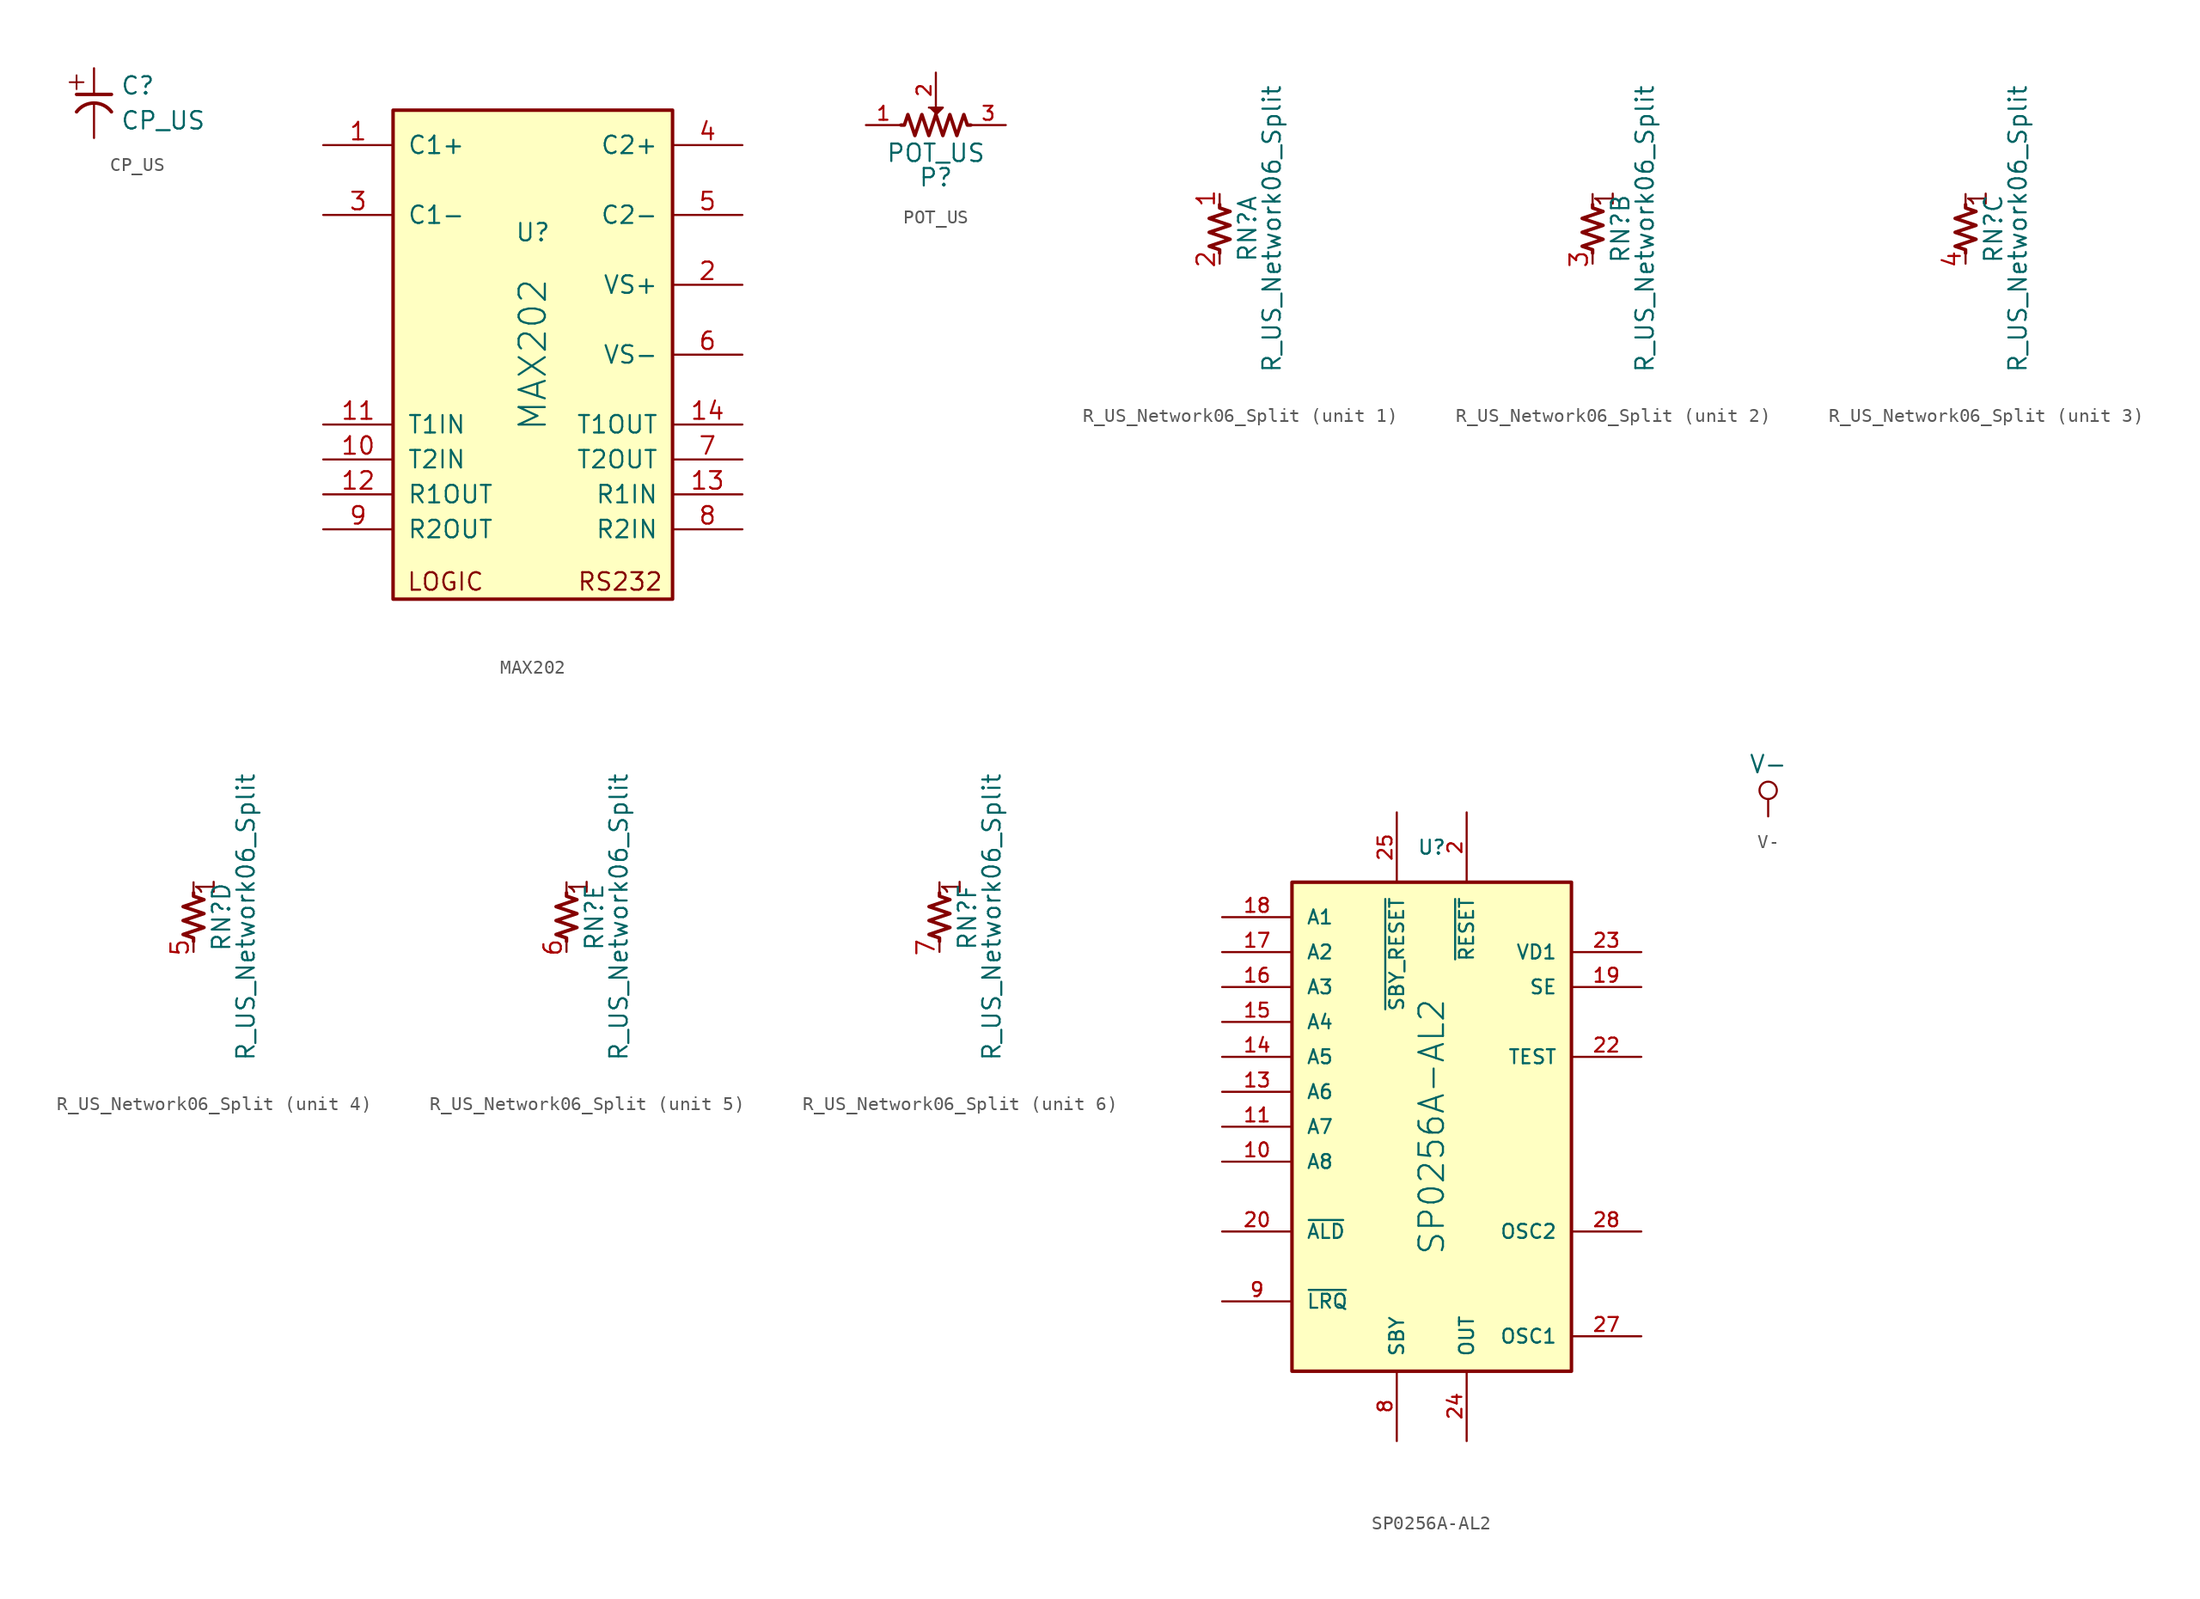
<source format=kicad_sym>
(kicad_symbol_lib
  (version 20211014)
  (generator kicad_symbol_editor)
  (symbol "CP_US"
    (pin_numbers hide)
    (pin_names
      (offset 0.254) hide)
    (property "Reference" "C"
      (at 1.905 1.27 0)
      (effects (font (size 1.27 1.27)) (justify left)))
    (property "Value" "CP_US"
      (at 1.905 -1.27 0)
      (effects (font (size 1.27 1.27)) (justify left)))
    (symbol "CP_US_0_1"
      (polyline (pts (xy -1.778 1.524) (xy -0.762 1.524)) (stroke (width 0.127) (type default) (color 0 0 0 0)) (fill (type none)))
      (polyline (pts (xy -1.27 0.635) (xy 1.27 0.635)) (stroke (width 0.254) (type default) (color 0 0 0 0)) (fill (type none)))
      (polyline (pts (xy -1.27 1.016) (xy -1.27 2.032)) (stroke (width 0.127) (type default) (color 0 0 0 0)) (fill (type none)))
      (arc (start 1.27 -0.635) (mid 0 0.0051) (end -1.27 -0.635) (stroke (width 0.254) (type default) (color 0 0 0 0)) (fill (type none))))
    (symbol "CP_US_1_1"
      (pin passive line (at 0 2.54 270) (length 1.905) (name "~" (effects (font (size 1.016 1.016)))) (number "1" (effects (font (size 1.016 1.016)))))
      (pin passive line (at 0 -2.54 90) (length 2.54) (name "~" (effects (font (size 1.016 1.016)))) (number "2" (effects (font (size 1.016 1.016)))))))
  (symbol "MAX202"
    (pin_names
      (offset 1.016))
    (property "Reference" "U"
      (at 0 8.89 0)
      (effects (font (size 1.27 1.27))))
    (property "Value" "MAX202"
      (at 0 0 90)
      (effects (font (size 1.905 1.905))))
    (property "Footprint" ""
      (at 0 0 0)
      (effects (font (size 1.27 1.27))))
    (property "Datasheet" ""
      (at 0 0 0)
      (effects (font (size 1.27 1.27))))
    (symbol "MAX202_0_0"
      (text "LOGIC" (at -6.35 -16.51 0) (effects (font (size 1.27 1.27))))
      (text "RS232" (at 6.35 -16.51 0) (effects (font (size 1.27 1.27)))))
    (symbol "MAX202_0_1"
      (rectangle (start -10.16 -17.78) (end 10.16 17.78) (stroke (width 0.254) (type default) (color 0 0 0 0)) (fill (type background))))
    (symbol "MAX202_1_1"
      (pin passive line (at -15.24 15.24 0) (length 5.08) (name "C1+" (effects (font (size 1.27 1.27)))) (number "1" (effects (font (size 1.27 1.27)))))
      (pin input line (at -15.24 -7.62 0) (length 5.08) (name "T2IN" (effects (font (size 1.27 1.27)))) (number "10" (effects (font (size 1.27 1.27)))))
      (pin input line (at -15.24 -5.08 0) (length 5.08) (name "T1IN" (effects (font (size 1.27 1.27)))) (number "11" (effects (font (size 1.27 1.27)))))
      (pin output line (at -15.24 -10.16 0) (length 5.08) (name "R1OUT" (effects (font (size 1.27 1.27)))) (number "12" (effects (font (size 1.27 1.27)))))
      (pin input line (at 15.24 -10.16 180) (length 5.08) (name "R1IN" (effects (font (size 1.27 1.27)))) (number "13" (effects (font (size 1.27 1.27)))))
      (pin output line (at 15.24 -5.08 180) (length 5.08) (name "T1OUT" (effects (font (size 1.27 1.27)))) (number "14" (effects (font (size 1.27 1.27)))))
      (pin power_in line (at 0 -17.78 90) (length 0) hide (name "GND" (effects (font (size 1.27 1.27)))) (number "15" (effects (font (size 1.27 1.27)))))
      (pin power_in line (at 0 17.78 270) (length 0) hide (name "VCC" (effects (font (size 1.27 1.27)))) (number "16" (effects (font (size 1.27 1.27)))))
      (pin power_out line (at 15.24 5.08 180) (length 5.08) (name "VS+" (effects (font (size 1.27 1.27)))) (number "2" (effects (font (size 1.27 1.27)))))
      (pin passive line (at -15.24 10.16 0) (length 5.08) (name "C1-" (effects (font (size 1.27 1.27)))) (number "3" (effects (font (size 1.27 1.27)))))
      (pin passive line (at 15.24 15.24 180) (length 5.08) (name "C2+" (effects (font (size 1.27 1.27)))) (number "4" (effects (font (size 1.27 1.27)))))
      (pin passive line (at 15.24 10.16 180) (length 5.08) (name "C2-" (effects (font (size 1.27 1.27)))) (number "5" (effects (font (size 1.27 1.27)))))
      (pin power_out line (at 15.24 0 180) (length 5.08) (name "VS-" (effects (font (size 1.27 1.27)))) (number "6" (effects (font (size 1.27 1.27)))))
      (pin output line (at 15.24 -7.62 180) (length 5.08) (name "T2OUT" (effects (font (size 1.27 1.27)))) (number "7" (effects (font (size 1.27 1.27)))))
      (pin input line (at 15.24 -12.7 180) (length 5.08) (name "R2IN" (effects (font (size 1.27 1.27)))) (number "8" (effects (font (size 1.27 1.27)))))
      (pin output line (at -15.24 -12.7 0) (length 5.08) (name "R2OUT" (effects (font (size 1.27 1.27)))) (number "9" (effects (font (size 1.27 1.27)))))))
  (symbol "POT_US"
    (pin_names
      (offset 0))
    (property "Reference" "P"
      (at 0 -3.81 0)
      (effects (font (size 1.27 1.27))))
    (property "Value" "POT_US"
      (at 0 -2.032 0)
      (effects (font (size 1.27 1.27))))
    (symbol "POT_US_0_0"
      (polyline (pts (xy -0.508 1.27) (xy 0.508 1.27) (xy 0 0.762)) (stroke (width 0) (type default) (color 0 0 0 0)) (fill (type outline)))
      (polyline (pts (xy 0 0.762) (xy -0.508 -0.762) (xy -1.016 0.762) (xy -1.524 -0.762) (xy -2.032 0.762) (xy -2.286 0) (xy -2.54 0) (xy -2.54 0)) (stroke (width 0.254) (type default) (color 0 0 0 0)) (fill (type none)))
      (polyline (pts (xy 0 0.762) (xy 0.508 -0.762) (xy 1.016 0.762) (xy 1.524 -0.762) (xy 2.032 0.762) (xy 2.286 0) (xy 2.54 0) (xy 2.54 0)) (stroke (width 0.254) (type default) (color 0 0 0 0)) (fill (type none))))
    (symbol "POT_US_1_1"
      (pin passive line (at -5.08 0 0) (length 2.54) (name "~" (effects (font (size 1.016 1.016)))) (number "1" (effects (font (size 1.016 1.016)))))
      (pin passive line (at 0 3.81 270) (length 2.54) (name "~" (effects (font (size 1.016 1.016)))) (number "2" (effects (font (size 1.016 1.016)))))
      (pin passive line (at 5.08 0 180) (length 2.54) (name "~" (effects (font (size 1.016 1.016)))) (number "3" (effects (font (size 1.016 1.016)))))))
  (symbol "R_US_Network06_Split"
    (pin_names
      (offset 0) hide)
    (property "Reference" "RN"
      (at 2.032 0 90)
      (effects (font (size 1.27 1.27))))
    (property "Value" "R_US_Network06_Split"
      (at 3.81 0 90)
      (effects (font (size 1.27 1.27))))
    (symbol "R_US_Network06_Split_0_1"
      (polyline (pts (xy 0 -1.778) (xy 0 -1.524) (xy -0.762 -1.27) (xy 0.762 -0.762) (xy -0.762 -0.254) (xy 0.762 0.254) (xy -0.762 0.762) (xy 0.762 1.27) (xy 0 1.524) (xy 0 1.778)) (stroke (width 0.254) (type default) (color 0 0 0 0)) (fill (type none))))
    (symbol "R_US_Network06_Split_1_1"
      (pin passive line (at 0 2.54 270) (length 0.635) (name "R1.1" (effects (font (size 1.27 1.27)))) (number "1" (effects (font (size 1.27 1.27)))))
      (pin passive line (at 0 -2.54 90) (length 0.635) (name "R1.2" (effects (font (size 1.27 1.27)))) (number "2" (effects (font (size 1.27 1.27))))))
    (symbol "R_US_Network06_Split_2_1"
      (polyline (pts (xy 0 1.905) (xy 0 2.54)) (stroke (width 0) (type default) (color 0 0 0 0)) (fill (type none)))
      (text "1" (at 0.889 2.21 900) (effects (font (size 1.27 1.27))))
      (pin passive line (at 0 -2.54 90) (length 0.635) (name "R1.2" (effects (font (size 1.27 1.27)))) (number "3" (effects (font (size 1.27 1.27))))))
    (symbol "R_US_Network06_Split_3_1"
      (polyline (pts (xy 0 1.905) (xy 0 2.54)) (stroke (width 0) (type default) (color 0 0 0 0)) (fill (type none)))
      (text "1" (at 0.889 2.21 900) (effects (font (size 1.27 1.27))))
      (pin passive line (at 0 -2.54 90) (length 0.635) (name "R1.2" (effects (font (size 1.27 1.27)))) (number "4" (effects (font (size 1.27 1.27))))))
    (symbol "R_US_Network06_Split_4_1"
      (polyline (pts (xy 0 1.905) (xy 0 2.54)) (stroke (width 0) (type default) (color 0 0 0 0)) (fill (type none)))
      (text "1" (at 0.889 2.21 900) (effects (font (size 1.27 1.27))))
      (pin passive line (at 0 -2.54 90) (length 0.635) (name "R1.2" (effects (font (size 1.27 1.27)))) (number "5" (effects (font (size 1.27 1.27))))))
    (symbol "R_US_Network06_Split_5_1"
      (polyline (pts (xy 0 1.905) (xy 0 2.54)) (stroke (width 0) (type default) (color 0 0 0 0)) (fill (type none)))
      (text "1" (at 0.889 2.21 900) (effects (font (size 1.27 1.27))))
      (pin passive line (at 0 -2.54 90) (length 0.635) (name "R1.2" (effects (font (size 1.27 1.27)))) (number "6" (effects (font (size 1.27 1.27))))))
    (symbol "R_US_Network06_Split_6_1"
      (polyline (pts (xy 0 1.905) (xy 0 2.54)) (stroke (width 0) (type default) (color 0 0 0 0)) (fill (type none)))
      (text "1" (at 0.889 2.21 900) (effects (font (size 1.27 1.27))))
      (pin passive line (at 0 -2.54 90) (length 0.635) (name "R1.2" (effects (font (size 1.27 1.27)))) (number "7" (effects (font (size 1.27 1.27)))))))
  (symbol "SP0256A-AL2"
    (pin_names
      (offset 1.016))
    (property "Reference" "U"
      (at 0 20.32 0)
      (effects (font (size 1.016 1.016))))
    (property "Value" "SP0256A-AL2"
      (at 0 0 90)
      (effects (font (size 1.778 1.778))))
    (property "Footprint" ""
      (at 0 -2.54 0)
      (effects (font (size 1.524 1.524))))
    (property "Datasheet" ""
      (at 0 -2.54 0)
      (effects (font (size 1.524 1.524))))
    (symbol "SP0256A-AL2_0_0"
      (pin input line (at -15.24 -2.54 0) (length 5.08) (name "A8" (effects (font (size 1.016 1.016)))) (number "10" (effects (font (size 1.016 1.016)))))
      (pin input line (at -15.24 0 0) (length 5.08) (name "A7" (effects (font (size 1.016 1.016)))) (number "11" (effects (font (size 1.016 1.016)))))
      (pin passive line (at 15.24 10.16 180) (length 5.08) (name "SE" (effects (font (size 1.016 1.016)))) (number "19" (effects (font (size 1.016 1.016)))))
      (pin passive line (at 15.24 12.7 180) (length 5.08) (name "VD1" (effects (font (size 1.016 1.016)))) (number "23" (effects (font (size 1.016 1.016)))))
      (pin output line (at 2.54 -22.86 90) (length 5.08) (name "OUT" (effects (font (size 1.016 1.016)))) (number "24" (effects (font (size 1.016 1.016)))))
      (pin passive line (at 15.24 -15.24 180) (length 5.08) (name "OSC1" (effects (font (size 1.016 1.016)))) (number "27" (effects (font (size 1.016 1.016)))))
      (pin passive line (at 15.24 -7.62 180) (length 5.08) (name "OSC2" (effects (font (size 1.016 1.016)))) (number "28" (effects (font (size 1.016 1.016))))))
    (symbol "SP0256A-AL2_0_1"
      (rectangle (start -10.16 17.78) (end 10.16 -17.78) (stroke (width 0.254) (type default) (color 0 0 0 0)) (fill (type background))))
    (symbol "SP0256A-AL2_1_0"
      (pin power_in line (at 10.16 2.54 180) (length 0) hide (name "GND" (effects (font (size 1.016 1.016)))) (number "1" (effects (font (size 1.016 1.016)))))
      (pin input line (at 2.54 22.86 270) (length 5.08) (name "~{RESET}" (effects (font (size 1.016 1.016)))) (number "2" (effects (font (size 1.016 1.016)))))
      (pin passive line (at 15.24 5.08 180) (length 5.08) (name "TEST" (effects (font (size 1.016 1.016)))) (number "22" (effects (font (size 1.016 1.016)))))
      (pin input line (at -2.54 22.86 270) (length 5.08) (name "~{SBY_RESET}" (effects (font (size 1.016 1.016)))) (number "25" (effects (font (size 1.016 1.016)))))
      (pin power_in line (at 10.16 15.24 180) (length 0) hide (name "VCC" (effects (font (size 1.016 1.016)))) (number "7" (effects (font (size 1.016 1.016)))))
      (pin passive line (at -2.54 -22.86 90) (length 5.08) (name "SBY" (effects (font (size 1.016 1.016)))) (number "8" (effects (font (size 1.016 1.016))))))
    (symbol "SP0256A-AL2_1_1"
      (pin input line (at -15.24 2.54 0) (length 5.08) (name "A6" (effects (font (size 1.016 1.016)))) (number "13" (effects (font (size 1.016 1.016)))))
      (pin input line (at -15.24 5.08 0) (length 5.08) (name "A5" (effects (font (size 1.016 1.016)))) (number "14" (effects (font (size 1.016 1.016)))))
      (pin input line (at -15.24 7.62 0) (length 5.08) (name "A4" (effects (font (size 1.016 1.016)))) (number "15" (effects (font (size 1.016 1.016)))))
      (pin input line (at -15.24 10.16 0) (length 5.08) (name "A3" (effects (font (size 1.016 1.016)))) (number "16" (effects (font (size 1.016 1.016)))))
      (pin input line (at -15.24 12.7 0) (length 5.08) (name "A2" (effects (font (size 1.016 1.016)))) (number "17" (effects (font (size 1.016 1.016)))))
      (pin input line (at -15.24 15.24 0) (length 5.08) (name "A1" (effects (font (size 1.016 1.016)))) (number "18" (effects (font (size 1.016 1.016)))))
      (pin input line (at -15.24 -7.62 0) (length 5.08) (name "~{ALD}" (effects (font (size 1.016 1.016)))) (number "20" (effects (font (size 1.016 1.016)))))
      (pin output line (at -15.24 -12.7 0) (length 5.08) (name "~{LRQ}" (effects (font (size 1.016 1.016)))) (number "9" (effects (font (size 1.016 1.016)))))))
  (symbol "V-"
    (power)
    (pin_names
      (offset 0))
    (property "Reference" "#PWR"
      (at 0 -3.81 0)
      (effects (font (size 1.27 1.27)) hide))
    (property "Value" "V-"
      (at 0 3.81 0)
      (effects (font (size 1.27 1.27))))
    (property "Footprint" ""
      (at 0 0 0)
      (effects (font (size 1.27 1.27))))
    (property "Datasheet" ""
      (at 0 0 0)
      (effects (font (size 1.27 1.27))))
    (symbol "V-_0_1"
      (polyline (pts (xy 0 0) (xy 0 1.27)) (stroke (width 0) (type default) (color 0 0 0 0)) (fill (type none)))
      (circle (center 0 1.905) (radius 0.635) (stroke (width 0) (type default) (color 0 0 0 0)) (fill (type none))))
    (symbol "V-_1_1"
      (pin power_in line (at 0 0 90) (length 0) hide (name "V-" (effects (font (size 1.27 1.27)))) (number "1" (effects (font (size 1.27 1.27))))))))
</source>
